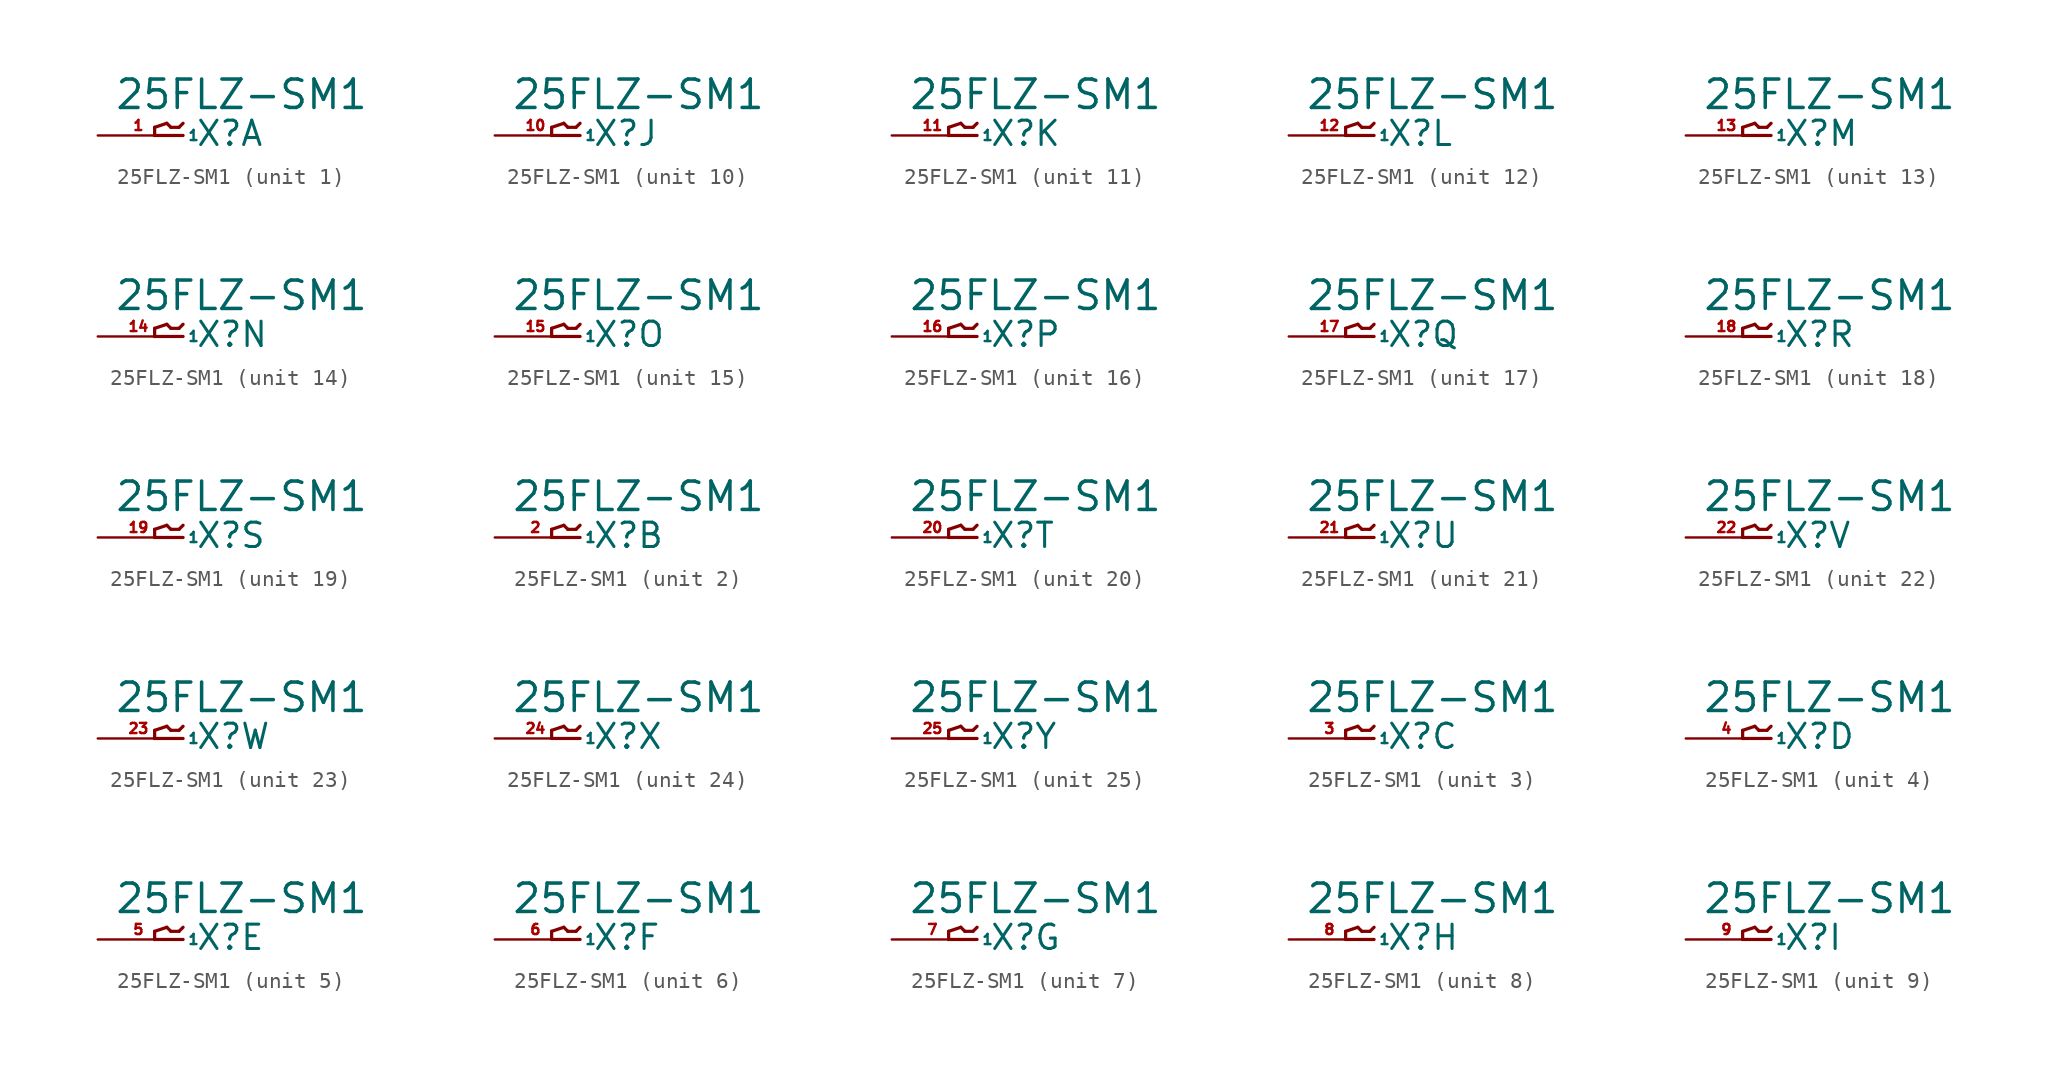
<source format=kicad_sym>
(kicad_symbol_lib
  (version 20220914)
  (generator Eagle2Kicad)
  (symbol "25FLZ-SM1"
    (property "Reference" "X"
      (at 1.016 -0.762 0)
      (effects (font (size 1.524 1.524) (thickness 0.19)) (justify left bottom)))
    (property "Value" "25FLZ-SM1"
      (at -4.064 1.524 0)
      (effects (font (size 1.778 1.778) (thickness 0.22)) (justify left bottom)))
    (symbol "25FLZ-SM1_1_0"
      (polyline (pts (xy 0.254 0) (xy -1.524 0)) (stroke (width 0.203) (type default)) (fill (type none)))
      (polyline (pts (xy -1.524 0) (xy -1.524 0.508)) (stroke (width 0.203) (type default)) (fill (type none)))
      (polyline (pts (xy -1.524 0.508) (xy -0.762 0.762)) (stroke (width 0.203) (type default)) (fill (type none)))
      (polyline (pts (xy -0.762 0.762) (xy -0.508 0.508)) (stroke (width 0.203) (type default)) (fill (type none)))
      (polyline (pts (xy -0.508 0.508) (xy 0 0.508)) (stroke (width 0.203) (type default)) (fill (type none)))
      (polyline (pts (xy 0 0.508) (xy 0.254 0.762)) (stroke (width 0.203) (type default)) (fill (type none)))
      (pin passive line (at -5.08 0 0) (length 5.08) (name "1" (effects (font (size 0.635 0.635) (thickness 0.08)) (justify left bottom))) (number "1" (effects (font (size 0.635 0.635) (thickness 0.08)) (justify left bottom)))))
    (symbol "25FLZ-SM1_2_0"
      (polyline (pts (xy 0.254 0) (xy -1.524 0)) (stroke (width 0.203) (type default)) (fill (type none)))
      (polyline (pts (xy -1.524 0) (xy -1.524 0.508)) (stroke (width 0.203) (type default)) (fill (type none)))
      (polyline (pts (xy -1.524 0.508) (xy -0.762 0.762)) (stroke (width 0.203) (type default)) (fill (type none)))
      (polyline (pts (xy -0.762 0.762) (xy -0.508 0.508)) (stroke (width 0.203) (type default)) (fill (type none)))
      (polyline (pts (xy -0.508 0.508) (xy 0 0.508)) (stroke (width 0.203) (type default)) (fill (type none)))
      (polyline (pts (xy 0 0.508) (xy 0.254 0.762)) (stroke (width 0.203) (type default)) (fill (type none)))
      (pin passive line (at -5.08 0 0) (length 5.08) (name "1" (effects (font (size 0.635 0.635) (thickness 0.08)) (justify left bottom))) (number "2" (effects (font (size 0.635 0.635) (thickness 0.08)) (justify left bottom)))))
    (symbol "25FLZ-SM1_3_0"
      (polyline (pts (xy 0.254 0) (xy -1.524 0)) (stroke (width 0.203) (type default)) (fill (type none)))
      (polyline (pts (xy -1.524 0) (xy -1.524 0.508)) (stroke (width 0.203) (type default)) (fill (type none)))
      (polyline (pts (xy -1.524 0.508) (xy -0.762 0.762)) (stroke (width 0.203) (type default)) (fill (type none)))
      (polyline (pts (xy -0.762 0.762) (xy -0.508 0.508)) (stroke (width 0.203) (type default)) (fill (type none)))
      (polyline (pts (xy -0.508 0.508) (xy 0 0.508)) (stroke (width 0.203) (type default)) (fill (type none)))
      (polyline (pts (xy 0 0.508) (xy 0.254 0.762)) (stroke (width 0.203) (type default)) (fill (type none)))
      (pin passive line (at -5.08 0 0) (length 5.08) (name "1" (effects (font (size 0.635 0.635) (thickness 0.08)) (justify left bottom))) (number "3" (effects (font (size 0.635 0.635) (thickness 0.08)) (justify left bottom)))))
    (symbol "25FLZ-SM1_4_0"
      (polyline (pts (xy 0.254 0) (xy -1.524 0)) (stroke (width 0.203) (type default)) (fill (type none)))
      (polyline (pts (xy -1.524 0) (xy -1.524 0.508)) (stroke (width 0.203) (type default)) (fill (type none)))
      (polyline (pts (xy -1.524 0.508) (xy -0.762 0.762)) (stroke (width 0.203) (type default)) (fill (type none)))
      (polyline (pts (xy -0.762 0.762) (xy -0.508 0.508)) (stroke (width 0.203) (type default)) (fill (type none)))
      (polyline (pts (xy -0.508 0.508) (xy 0 0.508)) (stroke (width 0.203) (type default)) (fill (type none)))
      (polyline (pts (xy 0 0.508) (xy 0.254 0.762)) (stroke (width 0.203) (type default)) (fill (type none)))
      (pin passive line (at -5.08 0 0) (length 5.08) (name "1" (effects (font (size 0.635 0.635) (thickness 0.08)) (justify left bottom))) (number "4" (effects (font (size 0.635 0.635) (thickness 0.08)) (justify left bottom)))))
    (symbol "25FLZ-SM1_5_0"
      (polyline (pts (xy 0.254 0) (xy -1.524 0)) (stroke (width 0.203) (type default)) (fill (type none)))
      (polyline (pts (xy -1.524 0) (xy -1.524 0.508)) (stroke (width 0.203) (type default)) (fill (type none)))
      (polyline (pts (xy -1.524 0.508) (xy -0.762 0.762)) (stroke (width 0.203) (type default)) (fill (type none)))
      (polyline (pts (xy -0.762 0.762) (xy -0.508 0.508)) (stroke (width 0.203) (type default)) (fill (type none)))
      (polyline (pts (xy -0.508 0.508) (xy 0 0.508)) (stroke (width 0.203) (type default)) (fill (type none)))
      (polyline (pts (xy 0 0.508) (xy 0.254 0.762)) (stroke (width 0.203) (type default)) (fill (type none)))
      (pin passive line (at -5.08 0 0) (length 5.08) (name "1" (effects (font (size 0.635 0.635) (thickness 0.08)) (justify left bottom))) (number "5" (effects (font (size 0.635 0.635) (thickness 0.08)) (justify left bottom)))))
    (symbol "25FLZ-SM1_6_0"
      (polyline (pts (xy 0.254 0) (xy -1.524 0)) (stroke (width 0.203) (type default)) (fill (type none)))
      (polyline (pts (xy -1.524 0) (xy -1.524 0.508)) (stroke (width 0.203) (type default)) (fill (type none)))
      (polyline (pts (xy -1.524 0.508) (xy -0.762 0.762)) (stroke (width 0.203) (type default)) (fill (type none)))
      (polyline (pts (xy -0.762 0.762) (xy -0.508 0.508)) (stroke (width 0.203) (type default)) (fill (type none)))
      (polyline (pts (xy -0.508 0.508) (xy 0 0.508)) (stroke (width 0.203) (type default)) (fill (type none)))
      (polyline (pts (xy 0 0.508) (xy 0.254 0.762)) (stroke (width 0.203) (type default)) (fill (type none)))
      (pin passive line (at -5.08 0 0) (length 5.08) (name "1" (effects (font (size 0.635 0.635) (thickness 0.08)) (justify left bottom))) (number "6" (effects (font (size 0.635 0.635) (thickness 0.08)) (justify left bottom)))))
    (symbol "25FLZ-SM1_7_0"
      (polyline (pts (xy 0.254 0) (xy -1.524 0)) (stroke (width 0.203) (type default)) (fill (type none)))
      (polyline (pts (xy -1.524 0) (xy -1.524 0.508)) (stroke (width 0.203) (type default)) (fill (type none)))
      (polyline (pts (xy -1.524 0.508) (xy -0.762 0.762)) (stroke (width 0.203) (type default)) (fill (type none)))
      (polyline (pts (xy -0.762 0.762) (xy -0.508 0.508)) (stroke (width 0.203) (type default)) (fill (type none)))
      (polyline (pts (xy -0.508 0.508) (xy 0 0.508)) (stroke (width 0.203) (type default)) (fill (type none)))
      (polyline (pts (xy 0 0.508) (xy 0.254 0.762)) (stroke (width 0.203) (type default)) (fill (type none)))
      (pin passive line (at -5.08 0 0) (length 5.08) (name "1" (effects (font (size 0.635 0.635) (thickness 0.08)) (justify left bottom))) (number "7" (effects (font (size 0.635 0.635) (thickness 0.08)) (justify left bottom)))))
    (symbol "25FLZ-SM1_8_0"
      (polyline (pts (xy 0.254 0) (xy -1.524 0)) (stroke (width 0.203) (type default)) (fill (type none)))
      (polyline (pts (xy -1.524 0) (xy -1.524 0.508)) (stroke (width 0.203) (type default)) (fill (type none)))
      (polyline (pts (xy -1.524 0.508) (xy -0.762 0.762)) (stroke (width 0.203) (type default)) (fill (type none)))
      (polyline (pts (xy -0.762 0.762) (xy -0.508 0.508)) (stroke (width 0.203) (type default)) (fill (type none)))
      (polyline (pts (xy -0.508 0.508) (xy 0 0.508)) (stroke (width 0.203) (type default)) (fill (type none)))
      (polyline (pts (xy 0 0.508) (xy 0.254 0.762)) (stroke (width 0.203) (type default)) (fill (type none)))
      (pin passive line (at -5.08 0 0) (length 5.08) (name "1" (effects (font (size 0.635 0.635) (thickness 0.08)) (justify left bottom))) (number "8" (effects (font (size 0.635 0.635) (thickness 0.08)) (justify left bottom)))))
    (symbol "25FLZ-SM1_9_0"
      (polyline (pts (xy 0.254 0) (xy -1.524 0)) (stroke (width 0.203) (type default)) (fill (type none)))
      (polyline (pts (xy -1.524 0) (xy -1.524 0.508)) (stroke (width 0.203) (type default)) (fill (type none)))
      (polyline (pts (xy -1.524 0.508) (xy -0.762 0.762)) (stroke (width 0.203) (type default)) (fill (type none)))
      (polyline (pts (xy -0.762 0.762) (xy -0.508 0.508)) (stroke (width 0.203) (type default)) (fill (type none)))
      (polyline (pts (xy -0.508 0.508) (xy 0 0.508)) (stroke (width 0.203) (type default)) (fill (type none)))
      (polyline (pts (xy 0 0.508) (xy 0.254 0.762)) (stroke (width 0.203) (type default)) (fill (type none)))
      (pin passive line (at -5.08 0 0) (length 5.08) (name "1" (effects (font (size 0.635 0.635) (thickness 0.08)) (justify left bottom))) (number "9" (effects (font (size 0.635 0.635) (thickness 0.08)) (justify left bottom)))))
    (symbol "25FLZ-SM1_10_0"
      (polyline (pts (xy 0.254 0) (xy -1.524 0)) (stroke (width 0.203) (type default)) (fill (type none)))
      (polyline (pts (xy -1.524 0) (xy -1.524 0.508)) (stroke (width 0.203) (type default)) (fill (type none)))
      (polyline (pts (xy -1.524 0.508) (xy -0.762 0.762)) (stroke (width 0.203) (type default)) (fill (type none)))
      (polyline (pts (xy -0.762 0.762) (xy -0.508 0.508)) (stroke (width 0.203) (type default)) (fill (type none)))
      (polyline (pts (xy -0.508 0.508) (xy 0 0.508)) (stroke (width 0.203) (type default)) (fill (type none)))
      (polyline (pts (xy 0 0.508) (xy 0.254 0.762)) (stroke (width 0.203) (type default)) (fill (type none)))
      (pin passive line (at -5.08 0 0) (length 5.08) (name "1" (effects (font (size 0.635 0.635) (thickness 0.08)) (justify left bottom))) (number "10" (effects (font (size 0.635 0.635) (thickness 0.08)) (justify left bottom)))))
    (symbol "25FLZ-SM1_11_0"
      (polyline (pts (xy 0.254 0) (xy -1.524 0)) (stroke (width 0.203) (type default)) (fill (type none)))
      (polyline (pts (xy -1.524 0) (xy -1.524 0.508)) (stroke (width 0.203) (type default)) (fill (type none)))
      (polyline (pts (xy -1.524 0.508) (xy -0.762 0.762)) (stroke (width 0.203) (type default)) (fill (type none)))
      (polyline (pts (xy -0.762 0.762) (xy -0.508 0.508)) (stroke (width 0.203) (type default)) (fill (type none)))
      (polyline (pts (xy -0.508 0.508) (xy 0 0.508)) (stroke (width 0.203) (type default)) (fill (type none)))
      (polyline (pts (xy 0 0.508) (xy 0.254 0.762)) (stroke (width 0.203) (type default)) (fill (type none)))
      (pin passive line (at -5.08 0 0) (length 5.08) (name "1" (effects (font (size 0.635 0.635) (thickness 0.08)) (justify left bottom))) (number "11" (effects (font (size 0.635 0.635) (thickness 0.08)) (justify left bottom)))))
    (symbol "25FLZ-SM1_12_0"
      (polyline (pts (xy 0.254 0) (xy -1.524 0)) (stroke (width 0.203) (type default)) (fill (type none)))
      (polyline (pts (xy -1.524 0) (xy -1.524 0.508)) (stroke (width 0.203) (type default)) (fill (type none)))
      (polyline (pts (xy -1.524 0.508) (xy -0.762 0.762)) (stroke (width 0.203) (type default)) (fill (type none)))
      (polyline (pts (xy -0.762 0.762) (xy -0.508 0.508)) (stroke (width 0.203) (type default)) (fill (type none)))
      (polyline (pts (xy -0.508 0.508) (xy 0 0.508)) (stroke (width 0.203) (type default)) (fill (type none)))
      (polyline (pts (xy 0 0.508) (xy 0.254 0.762)) (stroke (width 0.203) (type default)) (fill (type none)))
      (pin passive line (at -5.08 0 0) (length 5.08) (name "1" (effects (font (size 0.635 0.635) (thickness 0.08)) (justify left bottom))) (number "12" (effects (font (size 0.635 0.635) (thickness 0.08)) (justify left bottom)))))
    (symbol "25FLZ-SM1_13_0"
      (polyline (pts (xy 0.254 0) (xy -1.524 0)) (stroke (width 0.203) (type default)) (fill (type none)))
      (polyline (pts (xy -1.524 0) (xy -1.524 0.508)) (stroke (width 0.203) (type default)) (fill (type none)))
      (polyline (pts (xy -1.524 0.508) (xy -0.762 0.762)) (stroke (width 0.203) (type default)) (fill (type none)))
      (polyline (pts (xy -0.762 0.762) (xy -0.508 0.508)) (stroke (width 0.203) (type default)) (fill (type none)))
      (polyline (pts (xy -0.508 0.508) (xy 0 0.508)) (stroke (width 0.203) (type default)) (fill (type none)))
      (polyline (pts (xy 0 0.508) (xy 0.254 0.762)) (stroke (width 0.203) (type default)) (fill (type none)))
      (pin passive line (at -5.08 0 0) (length 5.08) (name "1" (effects (font (size 0.635 0.635) (thickness 0.08)) (justify left bottom))) (number "13" (effects (font (size 0.635 0.635) (thickness 0.08)) (justify left bottom)))))
    (symbol "25FLZ-SM1_14_0"
      (polyline (pts (xy 0.254 0) (xy -1.524 0)) (stroke (width 0.203) (type default)) (fill (type none)))
      (polyline (pts (xy -1.524 0) (xy -1.524 0.508)) (stroke (width 0.203) (type default)) (fill (type none)))
      (polyline (pts (xy -1.524 0.508) (xy -0.762 0.762)) (stroke (width 0.203) (type default)) (fill (type none)))
      (polyline (pts (xy -0.762 0.762) (xy -0.508 0.508)) (stroke (width 0.203) (type default)) (fill (type none)))
      (polyline (pts (xy -0.508 0.508) (xy 0 0.508)) (stroke (width 0.203) (type default)) (fill (type none)))
      (polyline (pts (xy 0 0.508) (xy 0.254 0.762)) (stroke (width 0.203) (type default)) (fill (type none)))
      (pin passive line (at -5.08 0 0) (length 5.08) (name "1" (effects (font (size 0.635 0.635) (thickness 0.08)) (justify left bottom))) (number "14" (effects (font (size 0.635 0.635) (thickness 0.08)) (justify left bottom)))))
    (symbol "25FLZ-SM1_15_0"
      (polyline (pts (xy 0.254 0) (xy -1.524 0)) (stroke (width 0.203) (type default)) (fill (type none)))
      (polyline (pts (xy -1.524 0) (xy -1.524 0.508)) (stroke (width 0.203) (type default)) (fill (type none)))
      (polyline (pts (xy -1.524 0.508) (xy -0.762 0.762)) (stroke (width 0.203) (type default)) (fill (type none)))
      (polyline (pts (xy -0.762 0.762) (xy -0.508 0.508)) (stroke (width 0.203) (type default)) (fill (type none)))
      (polyline (pts (xy -0.508 0.508) (xy 0 0.508)) (stroke (width 0.203) (type default)) (fill (type none)))
      (polyline (pts (xy 0 0.508) (xy 0.254 0.762)) (stroke (width 0.203) (type default)) (fill (type none)))
      (pin passive line (at -5.08 0 0) (length 5.08) (name "1" (effects (font (size 0.635 0.635) (thickness 0.08)) (justify left bottom))) (number "15" (effects (font (size 0.635 0.635) (thickness 0.08)) (justify left bottom)))))
    (symbol "25FLZ-SM1_16_0"
      (polyline (pts (xy 0.254 0) (xy -1.524 0)) (stroke (width 0.203) (type default)) (fill (type none)))
      (polyline (pts (xy -1.524 0) (xy -1.524 0.508)) (stroke (width 0.203) (type default)) (fill (type none)))
      (polyline (pts (xy -1.524 0.508) (xy -0.762 0.762)) (stroke (width 0.203) (type default)) (fill (type none)))
      (polyline (pts (xy -0.762 0.762) (xy -0.508 0.508)) (stroke (width 0.203) (type default)) (fill (type none)))
      (polyline (pts (xy -0.508 0.508) (xy 0 0.508)) (stroke (width 0.203) (type default)) (fill (type none)))
      (polyline (pts (xy 0 0.508) (xy 0.254 0.762)) (stroke (width 0.203) (type default)) (fill (type none)))
      (pin passive line (at -5.08 0 0) (length 5.08) (name "1" (effects (font (size 0.635 0.635) (thickness 0.08)) (justify left bottom))) (number "16" (effects (font (size 0.635 0.635) (thickness 0.08)) (justify left bottom)))))
    (symbol "25FLZ-SM1_17_0"
      (polyline (pts (xy 0.254 0) (xy -1.524 0)) (stroke (width 0.203) (type default)) (fill (type none)))
      (polyline (pts (xy -1.524 0) (xy -1.524 0.508)) (stroke (width 0.203) (type default)) (fill (type none)))
      (polyline (pts (xy -1.524 0.508) (xy -0.762 0.762)) (stroke (width 0.203) (type default)) (fill (type none)))
      (polyline (pts (xy -0.762 0.762) (xy -0.508 0.508)) (stroke (width 0.203) (type default)) (fill (type none)))
      (polyline (pts (xy -0.508 0.508) (xy 0 0.508)) (stroke (width 0.203) (type default)) (fill (type none)))
      (polyline (pts (xy 0 0.508) (xy 0.254 0.762)) (stroke (width 0.203) (type default)) (fill (type none)))
      (pin passive line (at -5.08 0 0) (length 5.08) (name "1" (effects (font (size 0.635 0.635) (thickness 0.08)) (justify left bottom))) (number "17" (effects (font (size 0.635 0.635) (thickness 0.08)) (justify left bottom)))))
    (symbol "25FLZ-SM1_18_0"
      (polyline (pts (xy 0.254 0) (xy -1.524 0)) (stroke (width 0.203) (type default)) (fill (type none)))
      (polyline (pts (xy -1.524 0) (xy -1.524 0.508)) (stroke (width 0.203) (type default)) (fill (type none)))
      (polyline (pts (xy -1.524 0.508) (xy -0.762 0.762)) (stroke (width 0.203) (type default)) (fill (type none)))
      (polyline (pts (xy -0.762 0.762) (xy -0.508 0.508)) (stroke (width 0.203) (type default)) (fill (type none)))
      (polyline (pts (xy -0.508 0.508) (xy 0 0.508)) (stroke (width 0.203) (type default)) (fill (type none)))
      (polyline (pts (xy 0 0.508) (xy 0.254 0.762)) (stroke (width 0.203) (type default)) (fill (type none)))
      (pin passive line (at -5.08 0 0) (length 5.08) (name "1" (effects (font (size 0.635 0.635) (thickness 0.08)) (justify left bottom))) (number "18" (effects (font (size 0.635 0.635) (thickness 0.08)) (justify left bottom)))))
    (symbol "25FLZ-SM1_19_0"
      (polyline (pts (xy 0.254 0) (xy -1.524 0)) (stroke (width 0.203) (type default)) (fill (type none)))
      (polyline (pts (xy -1.524 0) (xy -1.524 0.508)) (stroke (width 0.203) (type default)) (fill (type none)))
      (polyline (pts (xy -1.524 0.508) (xy -0.762 0.762)) (stroke (width 0.203) (type default)) (fill (type none)))
      (polyline (pts (xy -0.762 0.762) (xy -0.508 0.508)) (stroke (width 0.203) (type default)) (fill (type none)))
      (polyline (pts (xy -0.508 0.508) (xy 0 0.508)) (stroke (width 0.203) (type default)) (fill (type none)))
      (polyline (pts (xy 0 0.508) (xy 0.254 0.762)) (stroke (width 0.203) (type default)) (fill (type none)))
      (pin passive line (at -5.08 0 0) (length 5.08) (name "1" (effects (font (size 0.635 0.635) (thickness 0.08)) (justify left bottom))) (number "19" (effects (font (size 0.635 0.635) (thickness 0.08)) (justify left bottom)))))
    (symbol "25FLZ-SM1_20_0"
      (polyline (pts (xy 0.254 0) (xy -1.524 0)) (stroke (width 0.203) (type default)) (fill (type none)))
      (polyline (pts (xy -1.524 0) (xy -1.524 0.508)) (stroke (width 0.203) (type default)) (fill (type none)))
      (polyline (pts (xy -1.524 0.508) (xy -0.762 0.762)) (stroke (width 0.203) (type default)) (fill (type none)))
      (polyline (pts (xy -0.762 0.762) (xy -0.508 0.508)) (stroke (width 0.203) (type default)) (fill (type none)))
      (polyline (pts (xy -0.508 0.508) (xy 0 0.508)) (stroke (width 0.203) (type default)) (fill (type none)))
      (polyline (pts (xy 0 0.508) (xy 0.254 0.762)) (stroke (width 0.203) (type default)) (fill (type none)))
      (pin passive line (at -5.08 0 0) (length 5.08) (name "1" (effects (font (size 0.635 0.635) (thickness 0.08)) (justify left bottom))) (number "20" (effects (font (size 0.635 0.635) (thickness 0.08)) (justify left bottom)))))
    (symbol "25FLZ-SM1_21_0"
      (polyline (pts (xy 0.254 0) (xy -1.524 0)) (stroke (width 0.203) (type default)) (fill (type none)))
      (polyline (pts (xy -1.524 0) (xy -1.524 0.508)) (stroke (width 0.203) (type default)) (fill (type none)))
      (polyline (pts (xy -1.524 0.508) (xy -0.762 0.762)) (stroke (width 0.203) (type default)) (fill (type none)))
      (polyline (pts (xy -0.762 0.762) (xy -0.508 0.508)) (stroke (width 0.203) (type default)) (fill (type none)))
      (polyline (pts (xy -0.508 0.508) (xy 0 0.508)) (stroke (width 0.203) (type default)) (fill (type none)))
      (polyline (pts (xy 0 0.508) (xy 0.254 0.762)) (stroke (width 0.203) (type default)) (fill (type none)))
      (pin passive line (at -5.08 0 0) (length 5.08) (name "1" (effects (font (size 0.635 0.635) (thickness 0.08)) (justify left bottom))) (number "21" (effects (font (size 0.635 0.635) (thickness 0.08)) (justify left bottom)))))
    (symbol "25FLZ-SM1_22_0"
      (polyline (pts (xy 0.254 0) (xy -1.524 0)) (stroke (width 0.203) (type default)) (fill (type none)))
      (polyline (pts (xy -1.524 0) (xy -1.524 0.508)) (stroke (width 0.203) (type default)) (fill (type none)))
      (polyline (pts (xy -1.524 0.508) (xy -0.762 0.762)) (stroke (width 0.203) (type default)) (fill (type none)))
      (polyline (pts (xy -0.762 0.762) (xy -0.508 0.508)) (stroke (width 0.203) (type default)) (fill (type none)))
      (polyline (pts (xy -0.508 0.508) (xy 0 0.508)) (stroke (width 0.203) (type default)) (fill (type none)))
      (polyline (pts (xy 0 0.508) (xy 0.254 0.762)) (stroke (width 0.203) (type default)) (fill (type none)))
      (pin passive line (at -5.08 0 0) (length 5.08) (name "1" (effects (font (size 0.635 0.635) (thickness 0.08)) (justify left bottom))) (number "22" (effects (font (size 0.635 0.635) (thickness 0.08)) (justify left bottom)))))
    (symbol "25FLZ-SM1_23_0"
      (polyline (pts (xy 0.254 0) (xy -1.524 0)) (stroke (width 0.203) (type default)) (fill (type none)))
      (polyline (pts (xy -1.524 0) (xy -1.524 0.508)) (stroke (width 0.203) (type default)) (fill (type none)))
      (polyline (pts (xy -1.524 0.508) (xy -0.762 0.762)) (stroke (width 0.203) (type default)) (fill (type none)))
      (polyline (pts (xy -0.762 0.762) (xy -0.508 0.508)) (stroke (width 0.203) (type default)) (fill (type none)))
      (polyline (pts (xy -0.508 0.508) (xy 0 0.508)) (stroke (width 0.203) (type default)) (fill (type none)))
      (polyline (pts (xy 0 0.508) (xy 0.254 0.762)) (stroke (width 0.203) (type default)) (fill (type none)))
      (pin passive line (at -5.08 0 0) (length 5.08) (name "1" (effects (font (size 0.635 0.635) (thickness 0.08)) (justify left bottom))) (number "23" (effects (font (size 0.635 0.635) (thickness 0.08)) (justify left bottom)))))
    (symbol "25FLZ-SM1_24_0"
      (polyline (pts (xy 0.254 0) (xy -1.524 0)) (stroke (width 0.203) (type default)) (fill (type none)))
      (polyline (pts (xy -1.524 0) (xy -1.524 0.508)) (stroke (width 0.203) (type default)) (fill (type none)))
      (polyline (pts (xy -1.524 0.508) (xy -0.762 0.762)) (stroke (width 0.203) (type default)) (fill (type none)))
      (polyline (pts (xy -0.762 0.762) (xy -0.508 0.508)) (stroke (width 0.203) (type default)) (fill (type none)))
      (polyline (pts (xy -0.508 0.508) (xy 0 0.508)) (stroke (width 0.203) (type default)) (fill (type none)))
      (polyline (pts (xy 0 0.508) (xy 0.254 0.762)) (stroke (width 0.203) (type default)) (fill (type none)))
      (pin passive line (at -5.08 0 0) (length 5.08) (name "1" (effects (font (size 0.635 0.635) (thickness 0.08)) (justify left bottom))) (number "24" (effects (font (size 0.635 0.635) (thickness 0.08)) (justify left bottom)))))
    (symbol "25FLZ-SM1_25_0"
      (polyline (pts (xy 0.254 0) (xy -1.524 0)) (stroke (width 0.203) (type default)) (fill (type none)))
      (polyline (pts (xy -1.524 0) (xy -1.524 0.508)) (stroke (width 0.203) (type default)) (fill (type none)))
      (polyline (pts (xy -1.524 0.508) (xy -0.762 0.762)) (stroke (width 0.203) (type default)) (fill (type none)))
      (polyline (pts (xy -0.762 0.762) (xy -0.508 0.508)) (stroke (width 0.203) (type default)) (fill (type none)))
      (polyline (pts (xy -0.508 0.508) (xy 0 0.508)) (stroke (width 0.203) (type default)) (fill (type none)))
      (polyline (pts (xy 0 0.508) (xy 0.254 0.762)) (stroke (width 0.203) (type default)) (fill (type none)))
      (pin passive line (at -5.08 0 0) (length 5.08) (name "1" (effects (font (size 0.635 0.635) (thickness 0.08)) (justify left bottom))) (number "25" (effects (font (size 0.635 0.635) (thickness 0.08)) (justify left bottom)))))))
</source>
